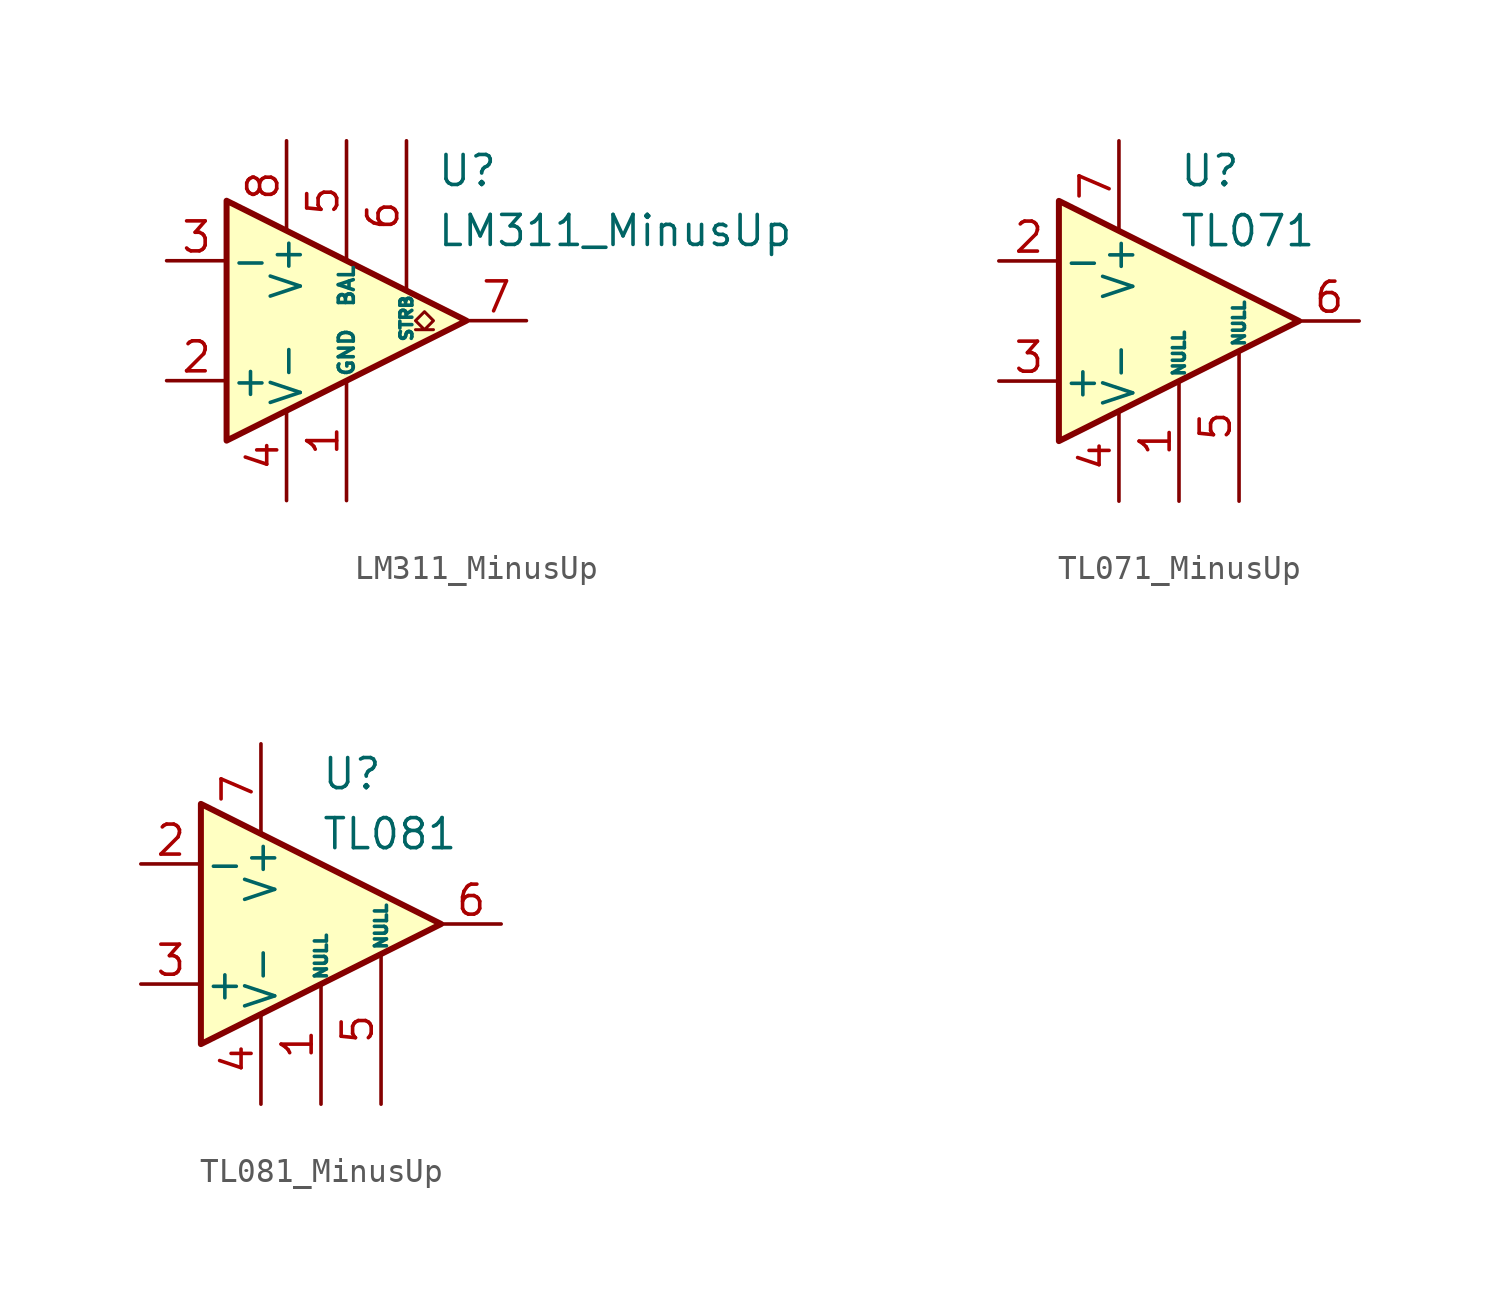
<source format=kicad_sym>
(kicad_symbol_lib
  (version 20220914)
  (generator kicad_symbol_editor)
  (symbol "LM311_MinusUp"
    (pin_names
      (offset 0.127))
    (property "Reference" "U"
      (at 3.81 6.35 0)
      (effects (font (size 1.27 1.27)) (justify left)))
    (property "Value" "LM311_MinusUp"
      (at 3.81 3.81 0)
      (effects (font (size 1.27 1.27)) (justify left)))
    (symbol "LM311_MinusUp_0_1"
      (polyline (pts (xy 5.08 0) (xy -5.08 5.08) (xy -5.08 -5.08) (xy 5.08 0)) (stroke (width 0.254) (type default)) (fill (type background)))
      (polyline (pts (xy 3.683 -0.381) (xy 3.302 -0.381) (xy 3.683 0) (xy 3.302 0.381) (xy 2.921 0) (xy 3.302 -0.381) (xy 2.921 -0.381)) (stroke (width 0.127) (type default)) (fill (type none))))
    (symbol "LM311_MinusUp_1_1"
      (pin passive line (at 0 -7.62 90) (length 5.08) (name "GND" (effects (font (size 0.635 0.635)))) (number "1" (effects (font (size 1.27 1.27)))))
      (pin input line (at -7.62 -2.54 0) (length 2.54) (name "+" (effects (font (size 1.27 1.27)))) (number "2" (effects (font (size 1.27 1.27)))))
      (pin input line (at -7.62 2.54 0) (length 2.54) (name "-" (effects (font (size 1.27 1.27)))) (number "3" (effects (font (size 1.27 1.27)))))
      (pin power_in line (at -2.54 -7.62 90) (length 3.81) (name "V-" (effects (font (size 1.27 1.27)))) (number "4" (effects (font (size 1.27 1.27)))))
      (pin input line (at 0 7.62 270) (length 5.08) (name "BAL" (effects (font (size 0.635 0.635)))) (number "5" (effects (font (size 1.27 1.27)))))
      (pin input line (at 2.54 7.62 270) (length 6.35) (name "STRB" (effects (font (size 0.508 0.508)))) (number "6" (effects (font (size 1.27 1.27)))))
      (pin open_collector line (at 7.62 0 180) (length 2.54) (name "~" (effects (font (size 1.27 1.27)))) (number "7" (effects (font (size 1.27 1.27)))))
      (pin power_in line (at -2.54 7.62 270) (length 3.81) (name "V+" (effects (font (size 1.27 1.27)))) (number "8" (effects (font (size 1.27 1.27)))))))
  (symbol "TL071_MinusUp"
    (pin_names
      (offset 0.127))
    (property "Reference" "U"
      (at 0 6.35 0)
      (effects (font (size 1.27 1.27)) (justify left)))
    (property "Value" "TL071"
      (at 0 3.81 0)
      (effects (font (size 1.27 1.27)) (justify left)))
    (symbol "TL071_MinusUp_0_1"
      (polyline (pts (xy -5.08 5.08) (xy 5.08 0) (xy -5.08 -5.08) (xy -5.08 5.08)) (stroke (width 0.254) (type default)) (fill (type background))))
    (symbol "TL071_MinusUp_1_1"
      (pin input line (at 0 -7.62 90) (length 5.08) (name "NULL" (effects (font (size 0.508 0.508)))) (number "1" (effects (font (size 1.27 1.27)))))
      (pin input line (at -7.62 2.54 0) (length 2.54) (name "-" (effects (font (size 1.27 1.27)))) (number "2" (effects (font (size 1.27 1.27)))))
      (pin input line (at -7.62 -2.54 0) (length 2.54) (name "+" (effects (font (size 1.27 1.27)))) (number "3" (effects (font (size 1.27 1.27)))))
      (pin power_in line (at -2.54 -7.62 90) (length 3.81) (name "V-" (effects (font (size 1.27 1.27)))) (number "4" (effects (font (size 1.27 1.27)))))
      (pin input line (at 2.54 -7.62 90) (length 6.35) (name "NULL" (effects (font (size 0.508 0.508)))) (number "5" (effects (font (size 1.27 1.27)))))
      (pin output line (at 7.62 0 180) (length 2.54) (name "~" (effects (font (size 1.27 1.27)))) (number "6" (effects (font (size 1.27 1.27)))))
      (pin power_in line (at -2.54 7.62 270) (length 3.81) (name "V+" (effects (font (size 1.27 1.27)))) (number "7" (effects (font (size 1.27 1.27)))))
      (pin no_connect line (at 0 2.54 270) (length 2.54) hide (name "NC" (effects (font (size 1.27 1.27)))) (number "8" (effects (font (size 1.27 1.27)))))))
  (symbol "TL081_MinusUp"
    (pin_names
      (offset 0.127))
    (property "Reference" "U"
      (at 0 6.35 0)
      (effects (font (size 1.27 1.27)) (justify left)))
    (property "Value" "TL081"
      (at 0 3.81 0)
      (effects (font (size 1.27 1.27)) (justify left)))
    (symbol "TL081_MinusUp_0_1"
      (polyline (pts (xy -5.08 5.08) (xy 5.08 0) (xy -5.08 -5.08) (xy -5.08 5.08)) (stroke (width 0.254) (type default)) (fill (type background))))
    (symbol "TL081_MinusUp_1_1"
      (pin input line (at 0 -7.62 90) (length 5.08) (name "NULL" (effects (font (size 0.508 0.508)))) (number "1" (effects (font (size 1.27 1.27)))))
      (pin input line (at -7.62 2.54 0) (length 2.54) (name "-" (effects (font (size 1.27 1.27)))) (number "2" (effects (font (size 1.27 1.27)))))
      (pin input line (at -7.62 -2.54 0) (length 2.54) (name "+" (effects (font (size 1.27 1.27)))) (number "3" (effects (font (size 1.27 1.27)))))
      (pin power_in line (at -2.54 -7.62 90) (length 3.81) (name "V-" (effects (font (size 1.27 1.27)))) (number "4" (effects (font (size 1.27 1.27)))))
      (pin input line (at 2.54 -7.62 90) (length 6.35) (name "NULL" (effects (font (size 0.508 0.508)))) (number "5" (effects (font (size 1.27 1.27)))))
      (pin output line (at 7.62 0 180) (length 2.54) (name "~" (effects (font (size 1.27 1.27)))) (number "6" (effects (font (size 1.27 1.27)))))
      (pin power_in line (at -2.54 7.62 270) (length 3.81) (name "V+" (effects (font (size 1.27 1.27)))) (number "7" (effects (font (size 1.27 1.27)))))
      (pin no_connect line (at 0 2.54 270) (length 2.54) hide (name "NC" (effects (font (size 1.27 1.27)))) (number "8" (effects (font (size 1.27 1.27))))))))
</source>
